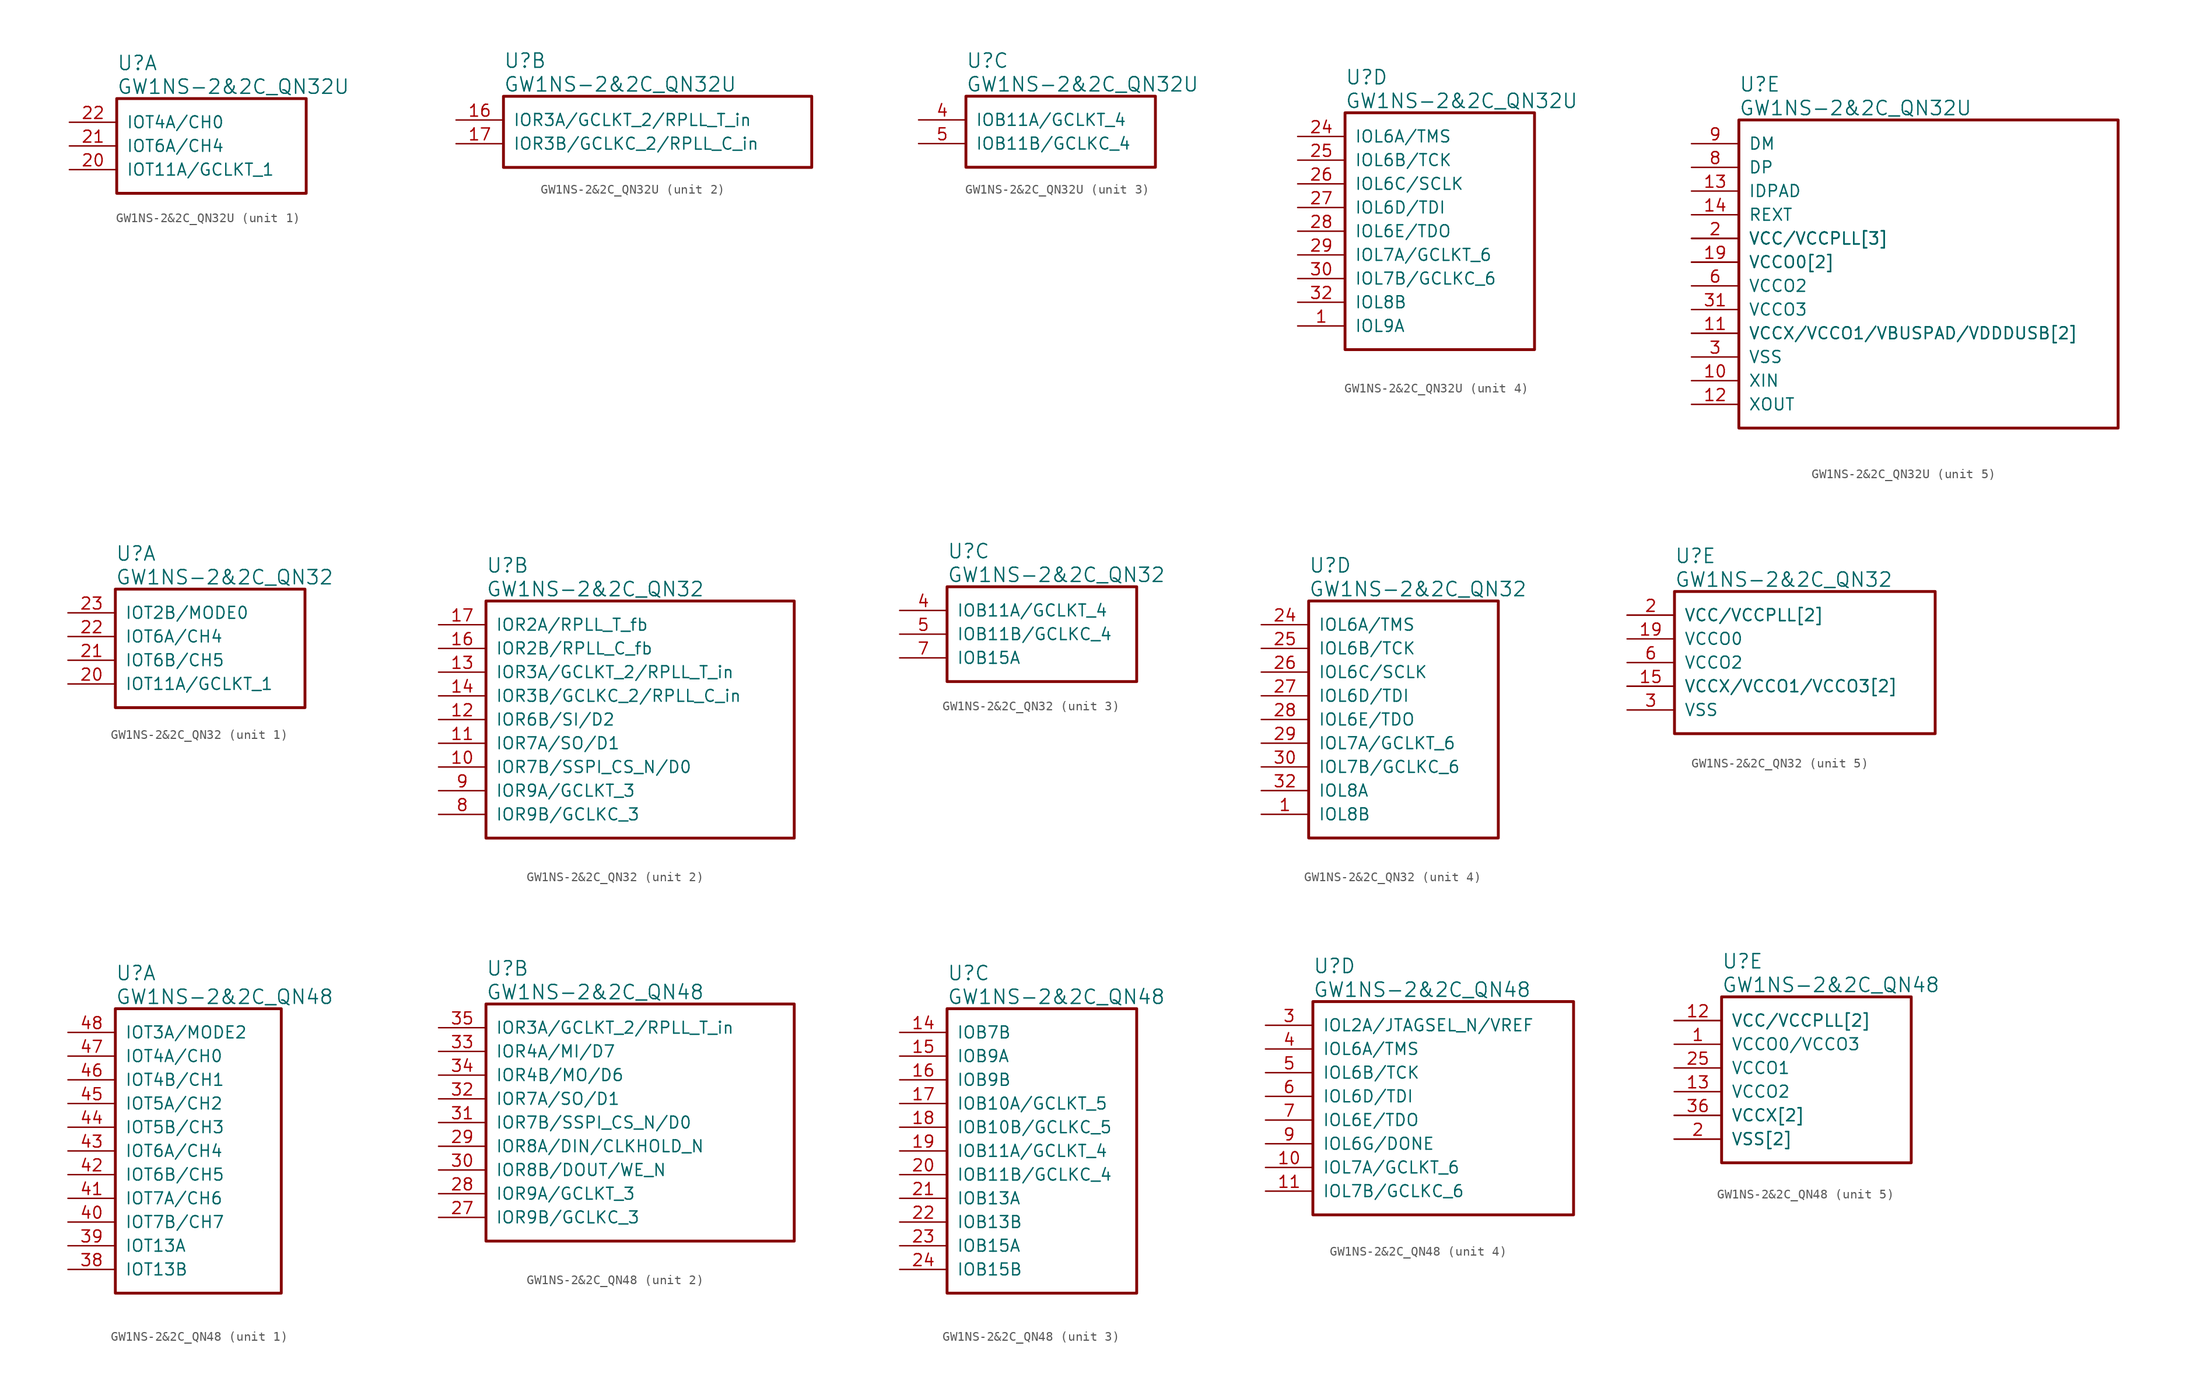
<source format=kicad_sym>
(kicad_symbol_lib
  (version 20220914)
  (generator kicad_symbol_editor)
  (symbol "GW1NS-2&2C_QN32U"
    (pin_names
      (offset 1.016))
    (property "Reference" "U"
      (at 5.08 6.35 0)
      (effects (font (size 1.524 1.524)) (justify left)))
    (property "Value" "GW1NS-2&2C_QN32U"
      (at 5.08 3.81 0)
      (effects (font (size 1.524 1.524)) (justify left)))
    (property "ki_locked" ""
      (at 0 0 0)
      (effects (font (size 1.27 1.27))))
    (symbol "GW1NS-2&2C_QN32U_1_1"
      (rectangle (start 5.08 2.54) (end 25.4 -7.62) (stroke (width 0.305) (type solid)) (fill (type none)))
      (pin bidirectional line (at 0 -5.08 0) (length 5.08) (name "IOT11A/GCLKT_1" (effects (font (size 1.27 1.27)))) (number "20" (effects (font (size 1.27 1.27)))))
      (pin bidirectional line (at 0 -2.54 0) (length 5.08) (name "IOT6A/CH4" (effects (font (size 1.27 1.27)))) (number "21" (effects (font (size 1.27 1.27)))))
      (pin bidirectional line (at 0 0 0) (length 5.08) (name "IOT4A/CH0" (effects (font (size 1.27 1.27)))) (number "22" (effects (font (size 1.27 1.27))))))
    (symbol "GW1NS-2&2C_QN32U_2_1"
      (rectangle (start 5.08 2.54) (end 38.1 -5.08) (stroke (width 0.305) (type solid)) (fill (type none)))
      (pin bidirectional line (at 0 0 0) (length 5.08) (name "IOR3A/GCLKT_2/RPLL_T_in" (effects (font (size 1.27 1.27)))) (number "16" (effects (font (size 1.27 1.27)))))
      (pin bidirectional line (at 0 -2.54 0) (length 5.08) (name "IOR3B/GCLKC_2/RPLL_C_in" (effects (font (size 1.27 1.27)))) (number "17" (effects (font (size 1.27 1.27))))))
    (symbol "GW1NS-2&2C_QN32U_3_1"
      (rectangle (start 5.08 2.54) (end 25.4 -5.08) (stroke (width 0.305) (type solid)) (fill (type none)))
      (pin bidirectional line (at 0 0 0) (length 5.08) (name "IOB11A/GCLKT_4" (effects (font (size 1.27 1.27)))) (number "4" (effects (font (size 1.27 1.27)))))
      (pin bidirectional line (at 0 -2.54 0) (length 5.08) (name "IOB11B/GCLKC_4" (effects (font (size 1.27 1.27)))) (number "5" (effects (font (size 1.27 1.27))))))
    (symbol "GW1NS-2&2C_QN32U_4_1"
      (rectangle (start 5.08 2.54) (end 25.4 -22.86) (stroke (width 0.305) (type solid)) (fill (type none)))
      (pin bidirectional line (at 0 -20.32 0) (length 5.08) (name "IOL9A" (effects (font (size 1.27 1.27)))) (number "1" (effects (font (size 1.27 1.27)))))
      (pin bidirectional line (at 0 0 0) (length 5.08) (name "IOL6A/TMS" (effects (font (size 1.27 1.27)))) (number "24" (effects (font (size 1.27 1.27)))))
      (pin bidirectional line (at 0 -2.54 0) (length 5.08) (name "IOL6B/TCK" (effects (font (size 1.27 1.27)))) (number "25" (effects (font (size 1.27 1.27)))))
      (pin bidirectional line (at 0 -5.08 0) (length 5.08) (name "IOL6C/SCLK" (effects (font (size 1.27 1.27)))) (number "26" (effects (font (size 1.27 1.27)))))
      (pin bidirectional line (at 0 -7.62 0) (length 5.08) (name "IOL6D/TDI" (effects (font (size 1.27 1.27)))) (number "27" (effects (font (size 1.27 1.27)))))
      (pin bidirectional line (at 0 -10.16 0) (length 5.08) (name "IOL6E/TDO" (effects (font (size 1.27 1.27)))) (number "28" (effects (font (size 1.27 1.27)))))
      (pin bidirectional line (at 0 -12.7 0) (length 5.08) (name "IOL7A/GCLKT_6" (effects (font (size 1.27 1.27)))) (number "29" (effects (font (size 1.27 1.27)))))
      (pin bidirectional line (at 0 -15.24 0) (length 5.08) (name "IOL7B/GCLKC_6" (effects (font (size 1.27 1.27)))) (number "30" (effects (font (size 1.27 1.27)))))
      (pin bidirectional line (at 0 -17.78 0) (length 5.08) (name "IOL8B" (effects (font (size 1.27 1.27)))) (number "32" (effects (font (size 1.27 1.27))))))
    (symbol "GW1NS-2&2C_QN32U_5_1"
      (rectangle (start 5.08 2.54) (end 45.72 -30.48) (stroke (width 0.305) (type solid)) (fill (type none)))
      (pin power_in line (at 0 -25.4 0) (length 5.08) (name "XIN" (effects (font (size 1.27 1.27)))) (number "10" (effects (font (size 1.27 1.27)))))
      (pin power_in line (at 0 -20.32 0) (length 5.08) (name "VCCX/VCCO1/VBUSPAD/VDDDUSB[2]" (effects (font (size 1.27 1.27)))) (number "11" (effects (font (size 1.27 1.27)))))
      (pin power_in line (at 0 -27.94 0) (length 5.08) (name "XOUT" (effects (font (size 1.27 1.27)))) (number "12" (effects (font (size 1.27 1.27)))))
      (pin power_in line (at 0 -5.08 0) (length 5.08) (name "IDPAD" (effects (font (size 1.27 1.27)))) (number "13" (effects (font (size 1.27 1.27)))))
      (pin power_in line (at 0 -7.62 0) (length 5.08) (name "REXT" (effects (font (size 1.27 1.27)))) (number "14" (effects (font (size 1.27 1.27)))))
      (pin power_in line (at 0 -20.32 0) (length 5.08) (name "VCCX/VCCO1/VBUSPAD/VDDDUSB[2]" (effects (font (size 1.27 1.27)))) (number "15" (effects (font (size 0 0)))))
      (pin power_in line (at 0 -10.16 0) (length 5.08) (name "VCC/VCCPLL[3]" (effects (font (size 1.27 1.27)))) (number "18" (effects (font (size 0 0)))))
      (pin power_in line (at 0 -12.7 0) (length 5.08) (name "VCCO0[2]" (effects (font (size 1.27 1.27)))) (number "19" (effects (font (size 1.27 1.27)))))
      (pin power_in line (at 0 -10.16 0) (length 5.08) (name "VCC/VCCPLL[3]" (effects (font (size 1.27 1.27)))) (number "2" (effects (font (size 1.27 1.27)))))
      (pin power_in line (at 0 -12.7 0) (length 5.08) (name "VCCO0[2]" (effects (font (size 1.27 1.27)))) (number "23" (effects (font (size 0 0)))))
      (pin power_in line (at 0 -22.86 0) (length 5.08) (name "VSS" (effects (font (size 1.27 1.27)))) (number "3" (effects (font (size 1.27 1.27)))))
      (pin power_in line (at 0 -17.78 0) (length 5.08) (name "VCCO3" (effects (font (size 1.27 1.27)))) (number "31" (effects (font (size 1.27 1.27)))))
      (pin power_in line (at 0 -15.24 0) (length 5.08) (name "VCCO2" (effects (font (size 1.27 1.27)))) (number "6" (effects (font (size 1.27 1.27)))))
      (pin power_in line (at 0 -10.16 0) (length 5.08) (name "VCC/VCCPLL[3]" (effects (font (size 1.27 1.27)))) (number "7" (effects (font (size 0 0)))))
      (pin power_in line (at 0 -2.54 0) (length 5.08) (name "DP" (effects (font (size 1.27 1.27)))) (number "8" (effects (font (size 1.27 1.27)))))
      (pin power_in line (at 0 0 0) (length 5.08) (name "DM" (effects (font (size 1.27 1.27)))) (number "9" (effects (font (size 1.27 1.27)))))))
  (symbol "GW1NS-2&2C_QN32"
    (pin_names
      (offset 1.016))
    (property "Reference" "U"
      (at 5.08 6.35 0)
      (effects (font (size 1.524 1.524)) (justify left)))
    (property "Value" "GW1NS-2&2C_QN32"
      (at 5.08 3.81 0)
      (effects (font (size 1.524 1.524)) (justify left)))
    (property "ki_locked" ""
      (at 0 0 0)
      (effects (font (size 1.27 1.27))))
    (symbol "GW1NS-2&2C_QN32_1_1"
      (rectangle (start 5.08 2.54) (end 25.4 -10.16) (stroke (width 0.305) (type solid)) (fill (type none)))
      (pin bidirectional line (at 0 -7.62 0) (length 5.08) (name "IOT11A/GCLKT_1" (effects (font (size 1.27 1.27)))) (number "20" (effects (font (size 1.27 1.27)))))
      (pin bidirectional line (at 0 -5.08 0) (length 5.08) (name "IOT6B/CH5" (effects (font (size 1.27 1.27)))) (number "21" (effects (font (size 1.27 1.27)))))
      (pin bidirectional line (at 0 -2.54 0) (length 5.08) (name "IOT6A/CH4" (effects (font (size 1.27 1.27)))) (number "22" (effects (font (size 1.27 1.27)))))
      (pin bidirectional line (at 0 0 0) (length 5.08) (name "IOT2B/MODE0" (effects (font (size 1.27 1.27)))) (number "23" (effects (font (size 1.27 1.27))))))
    (symbol "GW1NS-2&2C_QN32_2_1"
      (rectangle (start 5.08 2.54) (end 38.1 -22.86) (stroke (width 0.305) (type solid)) (fill (type none)))
      (pin bidirectional line (at 0 -15.24 0) (length 5.08) (name "IOR7B/SSPI_CS_N/D0" (effects (font (size 1.27 1.27)))) (number "10" (effects (font (size 1.27 1.27)))))
      (pin bidirectional line (at 0 -12.7 0) (length 5.08) (name "IOR7A/SO/D1" (effects (font (size 1.27 1.27)))) (number "11" (effects (font (size 1.27 1.27)))))
      (pin bidirectional line (at 0 -10.16 0) (length 5.08) (name "IOR6B/SI/D2" (effects (font (size 1.27 1.27)))) (number "12" (effects (font (size 1.27 1.27)))))
      (pin bidirectional line (at 0 -5.08 0) (length 5.08) (name "IOR3A/GCLKT_2/RPLL_T_in" (effects (font (size 1.27 1.27)))) (number "13" (effects (font (size 1.27 1.27)))))
      (pin bidirectional line (at 0 -7.62 0) (length 5.08) (name "IOR3B/GCLKC_2/RPLL_C_in" (effects (font (size 1.27 1.27)))) (number "14" (effects (font (size 1.27 1.27)))))
      (pin bidirectional line (at 0 -2.54 0) (length 5.08) (name "IOR2B/RPLL_C_fb" (effects (font (size 1.27 1.27)))) (number "16" (effects (font (size 1.27 1.27)))))
      (pin bidirectional line (at 0 0 0) (length 5.08) (name "IOR2A/RPLL_T_fb" (effects (font (size 1.27 1.27)))) (number "17" (effects (font (size 1.27 1.27)))))
      (pin bidirectional line (at 0 -20.32 0) (length 5.08) (name "IOR9B/GCLKC_3" (effects (font (size 1.27 1.27)))) (number "8" (effects (font (size 1.27 1.27)))))
      (pin bidirectional line (at 0 -17.78 0) (length 5.08) (name "IOR9A/GCLKT_3" (effects (font (size 1.27 1.27)))) (number "9" (effects (font (size 1.27 1.27))))))
    (symbol "GW1NS-2&2C_QN32_3_1"
      (rectangle (start 5.08 2.54) (end 25.4 -7.62) (stroke (width 0.305) (type solid)) (fill (type none)))
      (pin bidirectional line (at 0 0 0) (length 5.08) (name "IOB11A/GCLKT_4" (effects (font (size 1.27 1.27)))) (number "4" (effects (font (size 1.27 1.27)))))
      (pin bidirectional line (at 0 -2.54 0) (length 5.08) (name "IOB11B/GCLKC_4" (effects (font (size 1.27 1.27)))) (number "5" (effects (font (size 1.27 1.27)))))
      (pin bidirectional line (at 0 -5.08 0) (length 5.08) (name "IOB15A" (effects (font (size 1.27 1.27)))) (number "7" (effects (font (size 1.27 1.27))))))
    (symbol "GW1NS-2&2C_QN32_4_1"
      (rectangle (start 5.08 2.54) (end 25.4 -22.86) (stroke (width 0.305) (type solid)) (fill (type none)))
      (pin bidirectional line (at 0 -20.32 0) (length 5.08) (name "IOL8B" (effects (font (size 1.27 1.27)))) (number "1" (effects (font (size 1.27 1.27)))))
      (pin bidirectional line (at 0 0 0) (length 5.08) (name "IOL6A/TMS" (effects (font (size 1.27 1.27)))) (number "24" (effects (font (size 1.27 1.27)))))
      (pin bidirectional line (at 0 -2.54 0) (length 5.08) (name "IOL6B/TCK" (effects (font (size 1.27 1.27)))) (number "25" (effects (font (size 1.27 1.27)))))
      (pin bidirectional line (at 0 -5.08 0) (length 5.08) (name "IOL6C/SCLK" (effects (font (size 1.27 1.27)))) (number "26" (effects (font (size 1.27 1.27)))))
      (pin bidirectional line (at 0 -7.62 0) (length 5.08) (name "IOL6D/TDI" (effects (font (size 1.27 1.27)))) (number "27" (effects (font (size 1.27 1.27)))))
      (pin bidirectional line (at 0 -10.16 0) (length 5.08) (name "IOL6E/TDO" (effects (font (size 1.27 1.27)))) (number "28" (effects (font (size 1.27 1.27)))))
      (pin bidirectional line (at 0 -12.7 0) (length 5.08) (name "IOL7A/GCLKT_6" (effects (font (size 1.27 1.27)))) (number "29" (effects (font (size 1.27 1.27)))))
      (pin bidirectional line (at 0 -15.24 0) (length 5.08) (name "IOL7B/GCLKC_6" (effects (font (size 1.27 1.27)))) (number "30" (effects (font (size 1.27 1.27)))))
      (pin bidirectional line (at 0 -17.78 0) (length 5.08) (name "IOL8A" (effects (font (size 1.27 1.27)))) (number "32" (effects (font (size 1.27 1.27))))))
    (symbol "GW1NS-2&2C_QN32_5_1"
      (rectangle (start 5.08 2.54) (end 33.02 -12.7) (stroke (width 0.305) (type solid)) (fill (type none)))
      (pin power_in line (at 0 -7.62 0) (length 5.08) (name "VCCX/VCCO1/VCCO3[2]" (effects (font (size 1.27 1.27)))) (number "15" (effects (font (size 1.27 1.27)))))
      (pin power_in line (at 0 0 0) (length 5.08) (name "VCC/VCCPLL[2]" (effects (font (size 1.27 1.27)))) (number "18" (effects (font (size 0 0)))))
      (pin power_in line (at 0 -2.54 0) (length 5.08) (name "VCCO0" (effects (font (size 1.27 1.27)))) (number "19" (effects (font (size 1.27 1.27)))))
      (pin power_in line (at 0 0 0) (length 5.08) (name "VCC/VCCPLL[2]" (effects (font (size 1.27 1.27)))) (number "2" (effects (font (size 1.27 1.27)))))
      (pin power_in line (at 0 -10.16 0) (length 5.08) (name "VSS" (effects (font (size 1.27 1.27)))) (number "3" (effects (font (size 1.27 1.27)))))
      (pin power_in line (at 0 -7.62 0) (length 5.08) (name "VCCX/VCCO1/VCCO3[2]" (effects (font (size 1.27 1.27)))) (number "31" (effects (font (size 0 0)))))
      (pin power_in line (at 0 -5.08 0) (length 5.08) (name "VCCO2" (effects (font (size 1.27 1.27)))) (number "6" (effects (font (size 1.27 1.27)))))))
  (symbol "GW1NS-2&2C_QN48"
    (pin_names
      (offset 1.016))
    (property "Reference" "U"
      (at 5.08 6.35 0)
      (effects (font (size 1.524 1.524)) (justify left)))
    (property "Value" "GW1NS-2&2C_QN48"
      (at 5.08 3.81 0)
      (effects (font (size 1.524 1.524)) (justify left)))
    (property "ki_locked" ""
      (at 0 0 0)
      (effects (font (size 1.27 1.27))))
    (symbol "GW1NS-2&2C_QN48_1_1"
      (rectangle (start 5.08 2.54) (end 22.86 -27.94) (stroke (width 0.305) (type solid)) (fill (type none)))
      (pin bidirectional line (at 0 -25.4 0) (length 5.08) (name "IOT13B" (effects (font (size 1.27 1.27)))) (number "38" (effects (font (size 1.27 1.27)))))
      (pin bidirectional line (at 0 -22.86 0) (length 5.08) (name "IOT13A" (effects (font (size 1.27 1.27)))) (number "39" (effects (font (size 1.27 1.27)))))
      (pin bidirectional line (at 0 -20.32 0) (length 5.08) (name "IOT7B/CH7" (effects (font (size 1.27 1.27)))) (number "40" (effects (font (size 1.27 1.27)))))
      (pin bidirectional line (at 0 -17.78 0) (length 5.08) (name "IOT7A/CH6" (effects (font (size 1.27 1.27)))) (number "41" (effects (font (size 1.27 1.27)))))
      (pin bidirectional line (at 0 -15.24 0) (length 5.08) (name "IOT6B/CH5" (effects (font (size 1.27 1.27)))) (number "42" (effects (font (size 1.27 1.27)))))
      (pin bidirectional line (at 0 -12.7 0) (length 5.08) (name "IOT6A/CH4" (effects (font (size 1.27 1.27)))) (number "43" (effects (font (size 1.27 1.27)))))
      (pin bidirectional line (at 0 -10.16 0) (length 5.08) (name "IOT5B/CH3" (effects (font (size 1.27 1.27)))) (number "44" (effects (font (size 1.27 1.27)))))
      (pin bidirectional line (at 0 -7.62 0) (length 5.08) (name "IOT5A/CH2" (effects (font (size 1.27 1.27)))) (number "45" (effects (font (size 1.27 1.27)))))
      (pin bidirectional line (at 0 -5.08 0) (length 5.08) (name "IOT4B/CH1" (effects (font (size 1.27 1.27)))) (number "46" (effects (font (size 1.27 1.27)))))
      (pin bidirectional line (at 0 -2.54 0) (length 5.08) (name "IOT4A/CH0" (effects (font (size 1.27 1.27)))) (number "47" (effects (font (size 1.27 1.27)))))
      (pin bidirectional line (at 0 0 0) (length 5.08) (name "IOT3A/MODE2" (effects (font (size 1.27 1.27)))) (number "48" (effects (font (size 1.27 1.27))))))
    (symbol "GW1NS-2&2C_QN48_2_1"
      (rectangle (start 5.08 2.54) (end 38.1 -22.86) (stroke (width 0.305) (type solid)) (fill (type none)))
      (pin bidirectional line (at 0 -20.32 0) (length 5.08) (name "IOR9B/GCLKC_3" (effects (font (size 1.27 1.27)))) (number "27" (effects (font (size 1.27 1.27)))))
      (pin bidirectional line (at 0 -17.78 0) (length 5.08) (name "IOR9A/GCLKT_3" (effects (font (size 1.27 1.27)))) (number "28" (effects (font (size 1.27 1.27)))))
      (pin bidirectional line (at 0 -12.7 0) (length 5.08) (name "IOR8A/DIN/CLKHOLD_N" (effects (font (size 1.27 1.27)))) (number "29" (effects (font (size 1.27 1.27)))))
      (pin bidirectional line (at 0 -15.24 0) (length 5.08) (name "IOR8B/DOUT/WE_N" (effects (font (size 1.27 1.27)))) (number "30" (effects (font (size 1.27 1.27)))))
      (pin bidirectional line (at 0 -10.16 0) (length 5.08) (name "IOR7B/SSPI_CS_N/D0" (effects (font (size 1.27 1.27)))) (number "31" (effects (font (size 1.27 1.27)))))
      (pin bidirectional line (at 0 -7.62 0) (length 5.08) (name "IOR7A/SO/D1" (effects (font (size 1.27 1.27)))) (number "32" (effects (font (size 1.27 1.27)))))
      (pin bidirectional line (at 0 -2.54 0) (length 5.08) (name "IOR4A/MI/D7" (effects (font (size 1.27 1.27)))) (number "33" (effects (font (size 1.27 1.27)))))
      (pin bidirectional line (at 0 -5.08 0) (length 5.08) (name "IOR4B/MO/D6" (effects (font (size 1.27 1.27)))) (number "34" (effects (font (size 1.27 1.27)))))
      (pin bidirectional line (at 0 0 0) (length 5.08) (name "IOR3A/GCLKT_2/RPLL_T_in" (effects (font (size 1.27 1.27)))) (number "35" (effects (font (size 1.27 1.27))))))
    (symbol "GW1NS-2&2C_QN48_3_1"
      (rectangle (start 5.08 2.54) (end 25.4 -27.94) (stroke (width 0.305) (type solid)) (fill (type none)))
      (pin bidirectional line (at 0 0 0) (length 5.08) (name "IOB7B" (effects (font (size 1.27 1.27)))) (number "14" (effects (font (size 1.27 1.27)))))
      (pin bidirectional line (at 0 -2.54 0) (length 5.08) (name "IOB9A" (effects (font (size 1.27 1.27)))) (number "15" (effects (font (size 1.27 1.27)))))
      (pin bidirectional line (at 0 -5.08 0) (length 5.08) (name "IOB9B" (effects (font (size 1.27 1.27)))) (number "16" (effects (font (size 1.27 1.27)))))
      (pin bidirectional line (at 0 -7.62 0) (length 5.08) (name "IOB10A/GCLKT_5" (effects (font (size 1.27 1.27)))) (number "17" (effects (font (size 1.27 1.27)))))
      (pin bidirectional line (at 0 -10.16 0) (length 5.08) (name "IOB10B/GCLKC_5" (effects (font (size 1.27 1.27)))) (number "18" (effects (font (size 1.27 1.27)))))
      (pin bidirectional line (at 0 -12.7 0) (length 5.08) (name "IOB11A/GCLKT_4" (effects (font (size 1.27 1.27)))) (number "19" (effects (font (size 1.27 1.27)))))
      (pin bidirectional line (at 0 -15.24 0) (length 5.08) (name "IOB11B/GCLKC_4" (effects (font (size 1.27 1.27)))) (number "20" (effects (font (size 1.27 1.27)))))
      (pin bidirectional line (at 0 -17.78 0) (length 5.08) (name "IOB13A" (effects (font (size 1.27 1.27)))) (number "21" (effects (font (size 1.27 1.27)))))
      (pin bidirectional line (at 0 -20.32 0) (length 5.08) (name "IOB13B" (effects (font (size 1.27 1.27)))) (number "22" (effects (font (size 1.27 1.27)))))
      (pin bidirectional line (at 0 -22.86 0) (length 5.08) (name "IOB15A" (effects (font (size 1.27 1.27)))) (number "23" (effects (font (size 1.27 1.27)))))
      (pin bidirectional line (at 0 -25.4 0) (length 5.08) (name "IOB15B" (effects (font (size 1.27 1.27)))) (number "24" (effects (font (size 1.27 1.27))))))
    (symbol "GW1NS-2&2C_QN48_4_1"
      (rectangle (start 5.08 2.54) (end 33.02 -20.32) (stroke (width 0.305) (type solid)) (fill (type none)))
      (pin bidirectional line (at 0 -15.24 0) (length 5.08) (name "IOL7A/GCLKT_6" (effects (font (size 1.27 1.27)))) (number "10" (effects (font (size 1.27 1.27)))))
      (pin bidirectional line (at 0 -17.78 0) (length 5.08) (name "IOL7B/GCLKC_6" (effects (font (size 1.27 1.27)))) (number "11" (effects (font (size 1.27 1.27)))))
      (pin bidirectional line (at 0 0 0) (length 5.08) (name "IOL2A/JTAGSEL_N/VREF" (effects (font (size 1.27 1.27)))) (number "3" (effects (font (size 1.27 1.27)))))
      (pin bidirectional line (at 0 -2.54 0) (length 5.08) (name "IOL6A/TMS" (effects (font (size 1.27 1.27)))) (number "4" (effects (font (size 1.27 1.27)))))
      (pin bidirectional line (at 0 -5.08 0) (length 5.08) (name "IOL6B/TCK" (effects (font (size 1.27 1.27)))) (number "5" (effects (font (size 1.27 1.27)))))
      (pin bidirectional line (at 0 -7.62 0) (length 5.08) (name "IOL6D/TDI" (effects (font (size 1.27 1.27)))) (number "6" (effects (font (size 1.27 1.27)))))
      (pin bidirectional line (at 0 -10.16 0) (length 5.08) (name "IOL6E/TDO" (effects (font (size 1.27 1.27)))) (number "7" (effects (font (size 1.27 1.27)))))
      (pin bidirectional line (at 0 -12.7 0) (length 5.08) (name "IOL6G/DONE" (effects (font (size 1.27 1.27)))) (number "9" (effects (font (size 1.27 1.27))))))
    (symbol "GW1NS-2&2C_QN48_5_1"
      (rectangle (start 5.08 2.54) (end 25.4 -15.24) (stroke (width 0.305) (type solid)) (fill (type none)))
      (pin power_in line (at 0 -2.54 0) (length 5.08) (name "VCCO0/VCCO3" (effects (font (size 1.27 1.27)))) (number "1" (effects (font (size 1.27 1.27)))))
      (pin power_in line (at 0 0 0) (length 5.08) (name "VCC/VCCPLL[2]" (effects (font (size 1.27 1.27)))) (number "12" (effects (font (size 1.27 1.27)))))
      (pin power_in line (at 0 -7.62 0) (length 5.08) (name "VCCO2" (effects (font (size 1.27 1.27)))) (number "13" (effects (font (size 1.27 1.27)))))
      (pin power_in line (at 0 -12.7 0) (length 5.08) (name "VSS[2]" (effects (font (size 1.27 1.27)))) (number "2" (effects (font (size 1.27 1.27)))))
      (pin power_in line (at 0 -5.08 0) (length 5.08) (name "VCCO1" (effects (font (size 1.27 1.27)))) (number "25" (effects (font (size 1.27 1.27)))))
      (pin power_in line (at 0 -12.7 0) (length 5.08) (name "VSS[2]" (effects (font (size 1.27 1.27)))) (number "26" (effects (font (size 0 0)))))
      (pin power_in line (at 0 -10.16 0) (length 5.08) (name "VCCX[2]" (effects (font (size 1.27 1.27)))) (number "36" (effects (font (size 1.27 1.27)))))
      (pin power_in line (at 0 0 0) (length 5.08) (name "VCC/VCCPLL[2]" (effects (font (size 1.27 1.27)))) (number "37" (effects (font (size 0 0)))))
      (pin power_in line (at 0 -10.16 0) (length 5.08) (name "VCCX[2]" (effects (font (size 1.27 1.27)))) (number "8" (effects (font (size 0 0))))))))
</source>
